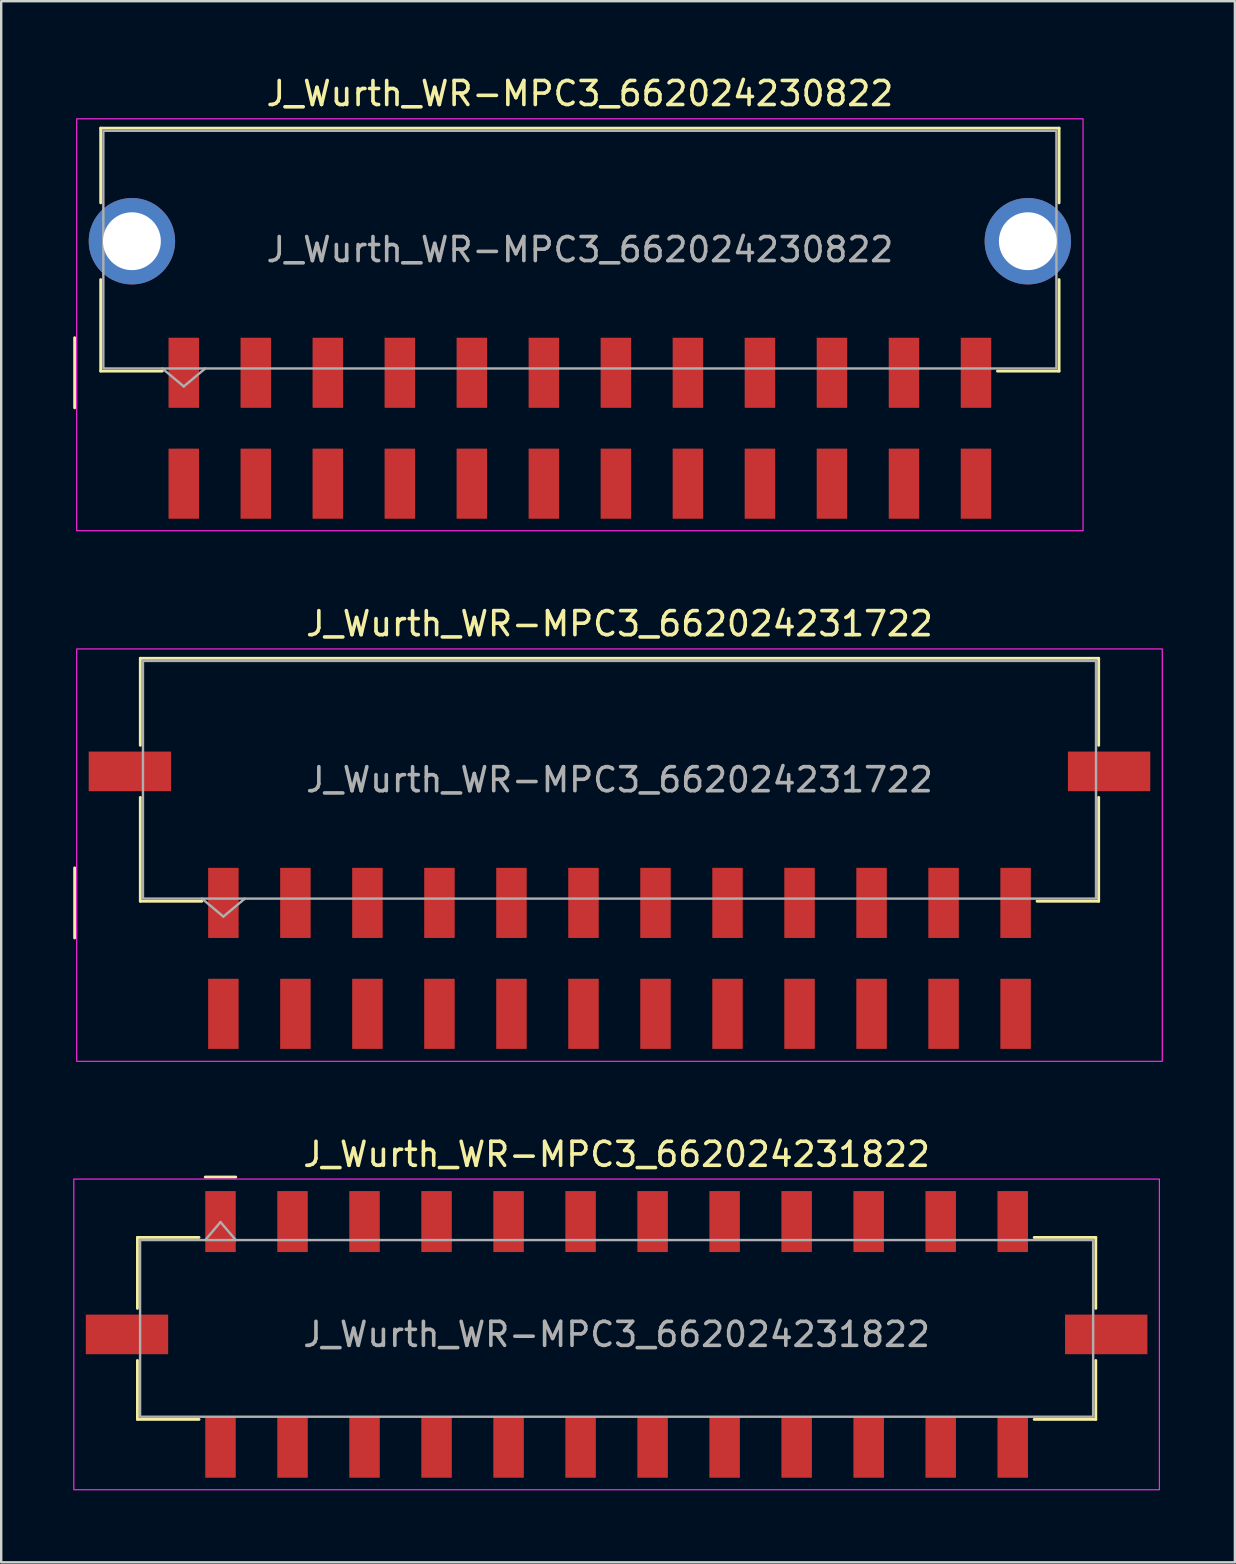
<source format=kicad_pcb>
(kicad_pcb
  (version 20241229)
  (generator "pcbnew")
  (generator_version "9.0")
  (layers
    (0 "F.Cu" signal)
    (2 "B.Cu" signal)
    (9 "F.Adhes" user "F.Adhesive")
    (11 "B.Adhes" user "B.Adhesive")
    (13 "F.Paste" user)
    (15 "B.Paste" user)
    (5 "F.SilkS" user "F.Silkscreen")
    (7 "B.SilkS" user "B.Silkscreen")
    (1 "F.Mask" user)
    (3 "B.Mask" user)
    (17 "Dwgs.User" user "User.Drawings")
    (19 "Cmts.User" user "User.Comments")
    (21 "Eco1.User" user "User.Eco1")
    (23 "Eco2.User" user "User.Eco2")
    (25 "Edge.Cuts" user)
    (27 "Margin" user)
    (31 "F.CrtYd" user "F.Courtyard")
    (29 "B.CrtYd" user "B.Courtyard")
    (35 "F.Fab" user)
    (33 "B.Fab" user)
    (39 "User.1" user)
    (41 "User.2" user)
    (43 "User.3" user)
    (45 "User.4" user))
  (footprint "J_Wurth_WR-MPC3_662024231722"
    (layer "F.Cu")
    (at 22.755 29.431)
    (property "Reference" "J_Wurth_WR-MPC3_662024231722" (at 0 -6.5 0) (unlocked yes) (layer "F.SilkS") (effects (font (size 1 1) (thickness 0.15))))
    (attr smd)
    (fp_line (start -22.695 6.59) (end -22.695 3.67) (stroke (width 0.12) (type solid)) (layer "F.SilkS"))
    (fp_line (start -19.96 -5.06) (end -19.96 -1.435) (stroke (width 0.12) (type solid)) (layer "F.SilkS"))
    (fp_line (start -19.96 -5.06) (end 19.96 -5.06) (stroke (width 0.12) (type default)) (layer "F.SilkS"))
    (fp_line (start -19.96 0.735) (end -19.96 5.06) (stroke (width 0.12) (type solid)) (layer "F.SilkS"))
    (fp_line (start -17.395 5.06) (end -19.96 5.06) (stroke (width 0.12) (type solid)) (layer "F.SilkS"))
    (fp_line (start 19.96 -5.06) (end 19.96 -1.435) (stroke (width 0.12) (type solid)) (layer "F.SilkS"))
    (fp_line (start 19.96 0.735) (end 19.96 5.06) (stroke (width 0.12) (type solid)) (layer "F.SilkS"))
    (fp_line (start 19.96 5.06) (end 17.395 5.06) (stroke (width 0.12) (type solid)) (layer "F.SilkS"))
    (fp_rect (start -22.61 -5.45) (end 22.61 11.73) (stroke (width 0.05) (type solid)) (fill no) (layer "F.CrtYd"))
    (fp_line (start -16.5 5.7) (end -17.395 4.95) (stroke (width 0.1) (type solid)) (layer "F.Fab"))
    (fp_line (start -16.5 5.7) (end -15.605 4.95) (stroke (width 0.1) (type solid)) (layer "F.Fab"))
    (fp_rect (start -19.85 -4.95) (end 19.85 4.95) (stroke (width 0.1) (type solid)) (fill no) (layer "F.Fab"))
    (fp_text user "${REFERENCE}" (at 0 0 0) (unlocked yes) (layer "F.Fab") (effects (font (size 1 1) (thickness 0.15))))
    (pad "1" smd rect (at -16.5 5.13 180) (size 1.27 2.92) (layers "F.Cu" "F.Mask" "F.Paste"))
    (pad "2" smd rect (at -13.5 5.13 180) (size 1.27 2.92) (layers "F.Cu" "F.Mask" "F.Paste"))
    (pad "3" smd rect (at -10.5 5.13 180) (size 1.27 2.92) (layers "F.Cu" "F.Mask" "F.Paste"))
    (pad "4" smd rect (at -7.5 5.13 180) (size 1.27 2.92) (layers "F.Cu" "F.Mask" "F.Paste"))
    (pad "5" smd rect (at -4.5 5.13 180) (size 1.27 2.92) (layers "F.Cu" "F.Mask" "F.Paste"))
    (pad "6" smd rect (at -1.5 5.13 180) (size 1.27 2.92) (layers "F.Cu" "F.Mask" "F.Paste"))
    (pad "7" smd rect (at 1.5 5.13 180) (size 1.27 2.92) (layers "F.Cu" "F.Mask" "F.Paste"))
    (pad "8" smd rect (at 4.5 5.13 180) (size 1.27 2.92) (layers "F.Cu" "F.Mask" "F.Paste"))
    (pad "9" smd rect (at 7.5 5.13 180) (size 1.27 2.92) (layers "F.Cu" "F.Mask" "F.Paste"))
    (pad "10" smd rect (at 10.5 5.13 180) (size 1.27 2.92) (layers "F.Cu" "F.Mask" "F.Paste"))
    (pad "11" smd rect (at 13.5 5.13 180) (size 1.27 2.92) (layers "F.Cu" "F.Mask" "F.Paste"))
    (pad "12" smd rect (at 16.5 5.13 180) (size 1.27 2.92) (layers "F.Cu" "F.Mask" "F.Paste"))
    (pad "13" smd rect (at -16.5 9.75 180) (size 1.27 2.92) (layers "F.Cu" "F.Mask" "F.Paste"))
    (pad "14" smd rect (at -13.5 9.75 180) (size 1.27 2.92) (layers "F.Cu" "F.Mask" "F.Paste"))
    (pad "15" smd rect (at -10.5 9.75 180) (size 1.27 2.92) (layers "F.Cu" "F.Mask" "F.Paste"))
    (pad "16" smd rect (at -7.5 9.75 180) (size 1.27 2.92) (layers "F.Cu" "F.Mask" "F.Paste"))
    (pad "17" smd rect (at -4.5 9.75 180) (size 1.27 2.92) (layers "F.Cu" "F.Mask" "F.Paste"))
    (pad "18" smd rect (at -1.5 9.75 180) (size 1.27 2.92) (layers "F.Cu" "F.Mask" "F.Paste"))
    (pad "19" smd rect (at 1.5 9.75 180) (size 1.27 2.92) (layers "F.Cu" "F.Mask" "F.Paste"))
    (pad "20" smd rect (at 4.5 9.75 180) (size 1.27 2.92) (layers "F.Cu" "F.Mask" "F.Paste"))
    (pad "21" smd rect (at 7.5 9.75 180) (size 1.27 2.92) (layers "F.Cu" "F.Mask" "F.Paste"))
    (pad "22" smd rect (at 10.5 9.75 180) (size 1.27 2.92) (layers "F.Cu" "F.Mask" "F.Paste"))
    (pad "23" smd rect (at 13.5 9.75 180) (size 1.27 2.92) (layers "F.Cu" "F.Mask" "F.Paste"))
    (pad "24" smd rect (at 16.5 9.75 180) (size 1.27 2.92) (layers "F.Cu" "F.Mask" "F.Paste"))
    (pad "MP1" smd rect (at 20.395 -0.35 180) (size 3.43 1.65) (layers "F.Cu" "F.Mask" "F.Paste"))
    (pad "MP2" smd rect (at -20.395 -0.35 180) (size 3.43 1.65) (layers "F.Cu" "F.Mask" "F.Paste")))
  (footprint "J_Wurth_WR-MPC3_662024230822"
    (layer "F.Cu")
    (at 21.105 7.348)
    (property "Reference" "J_Wurth_WR-MPC3_662024230822" (at 0 -6.5 0) (unlocked yes) (layer "F.SilkS") (effects (font (size 1 1) (thickness 0.15))))
    (attr smd)
    (fp_line (start -21.045 6.59) (end -21.045 3.67) (stroke (width 0.12) (type solid)) (layer "F.SilkS"))
    (fp_line (start -19.96 -5.06) (end 19.96 -5.06) (stroke (width 0.12) (type solid)) (layer "F.SilkS"))
    (fp_line (start -19.96 -1.948) (end -19.96 -5.06) (stroke (width 0.12) (type solid)) (layer "F.SilkS"))
    (fp_line (start -19.96 1.248) (end -19.96 5.06) (stroke (width 0.12) (type solid)) (layer "F.SilkS"))
    (fp_line (start -17.395 5.06) (end -19.96 5.06) (stroke (width 0.12) (type solid)) (layer "F.SilkS"))
    (fp_line (start 17.395 5.06) (end 19.96 5.06) (stroke (width 0.12) (type solid)) (layer "F.SilkS"))
    (fp_line (start 19.96 -1.948) (end 19.96 -5.06) (stroke (width 0.12) (type solid)) (layer "F.SilkS"))
    (fp_line (start 19.96 1.248) (end 19.96 5.06) (stroke (width 0.12) (type solid)) (layer "F.SilkS"))
    (fp_rect (start -20.96 -5.45) (end 20.96 11.71) (stroke (width 0.05) (type solid)) (fill no) (layer "F.CrtYd"))
    (fp_line (start -16.5 5.7) (end -17.395 4.95) (stroke (width 0.1) (type solid)) (layer "F.Fab"))
    (fp_line (start -16.5 5.7) (end -15.605 4.95) (stroke (width 0.1) (type solid)) (layer "F.Fab"))
    (fp_rect (start -19.85 -4.95) (end 19.85 4.95) (stroke (width 0.1) (type solid)) (fill no) (layer "F.Fab"))
    (fp_text user "${REFERENCE}" (at 0 0 0) (unlocked yes) (layer "F.Fab") (effects (font (size 1 1) (thickness 0.15))))
    (pad "1" smd rect (at -16.5 5.13 270) (size 2.92 1.27) (layers "F.Cu" "F.Mask" "F.Paste"))
    (pad "2" smd rect (at -13.5 5.13 270) (size 2.92 1.27) (layers "F.Cu" "F.Mask" "F.Paste"))
    (pad "3" smd rect (at -10.5 5.13 270) (size 2.92 1.27) (layers "F.Cu" "F.Mask" "F.Paste"))
    (pad "4" smd rect (at -7.5 5.13 270) (size 2.92 1.27) (layers "F.Cu" "F.Mask" "F.Paste"))
    (pad "5" smd rect (at -4.5 5.13 270) (size 2.92 1.27) (layers "F.Cu" "F.Mask" "F.Paste"))
    (pad "6" smd rect (at -1.5 5.13 270) (size 2.92 1.27) (layers "F.Cu" "F.Mask" "F.Paste"))
    (pad "7" smd rect (at 1.5 5.13 270) (size 2.92 1.27) (layers "F.Cu" "F.Mask" "F.Paste"))
    (pad "8" smd rect (at 4.5 5.13 270) (size 2.92 1.27) (layers "F.Cu" "F.Mask" "F.Paste"))
    (pad "9" smd rect (at 7.5 5.13 270) (size 2.92 1.27) (layers "F.Cu" "F.Mask" "F.Paste"))
    (pad "10" smd rect (at 10.5 5.13 270) (size 2.92 1.27) (layers "F.Cu" "F.Mask" "F.Paste"))
    (pad "11" smd rect (at 13.5 5.13 270) (size 2.92 1.27) (layers "F.Cu" "F.Mask" "F.Paste"))
    (pad "12" smd rect (at 16.5 5.13 270) (size 2.92 1.27) (layers "F.Cu" "F.Mask" "F.Paste"))
    (pad "13" smd rect (at -16.5 9.75 270) (size 2.92 1.27) (layers "F.Cu" "F.Mask" "F.Paste"))
    (pad "14" smd rect (at -13.5 9.75 270) (size 2.92 1.27) (layers "F.Cu" "F.Mask" "F.Paste"))
    (pad "15" smd rect (at -10.5 9.75 270) (size 2.92 1.27) (layers "F.Cu" "F.Mask" "F.Paste"))
    (pad "16" smd rect (at -7.5 9.75 270) (size 2.92 1.27) (layers "F.Cu" "F.Mask" "F.Paste"))
    (pad "17" smd rect (at -4.5 9.75 270) (size 2.92 1.27) (layers "F.Cu" "F.Mask" "F.Paste"))
    (pad "18" smd rect (at -1.5 9.75 270) (size 2.92 1.27) (layers "F.Cu" "F.Mask" "F.Paste"))
    (pad "19" smd rect (at 1.5 9.75 270) (size 2.92 1.27) (layers "F.Cu" "F.Mask" "F.Paste"))
    (pad "20" smd rect (at 4.5 9.75 270) (size 2.92 1.27) (layers "F.Cu" "F.Mask" "F.Paste"))
    (pad "21" smd rect (at 7.5 9.75 270) (size 2.92 1.27) (layers "F.Cu" "F.Mask" "F.Paste"))
    (pad "22" smd rect (at 10.5 9.75 270) (size 2.92 1.27) (layers "F.Cu" "F.Mask" "F.Paste"))
    (pad "23" smd rect (at 13.5 9.75 270) (size 2.92 1.27) (layers "F.Cu" "F.Mask" "F.Paste"))
    (pad "24" smd rect (at 16.5 9.75 270) (size 2.92 1.27) (layers "F.Cu" "F.Mask" "F.Paste"))
    (pad "Z1" thru_hole circle (at 18.66 -0.35 180) (size 3.6 3.6) (drill 2.41) (layers "*.Cu" "*.Mask"))
    (pad "Z2" thru_hole circle (at -18.66 -0.35 180) (size 3.6 3.6) (drill 2.41) (layers "*.Cu" "*.Mask")))
  (footprint "J_Wurth_WR-MPC3_662024231822"
    (layer "F.Cu")
    (at 22.635 52.535)
    (property "Reference" "J_Wurth_WR-MPC3_662024231822" (at 0 -7.5 0) (unlocked yes) (layer "F.SilkS") (effects (font (size 1 1) (thickness 0.15))))
    (attr smd)
    (fp_line (start -19.96 -4.04) (end -17.395 -4.04) (stroke (width 0.12) (type solid)) (layer "F.SilkS"))
    (fp_line (start -19.96 -1.085) (end -19.96 -4.04) (stroke (width 0.12) (type solid)) (layer "F.SilkS"))
    (fp_line (start -19.96 3.54) (end -19.96 1.085) (stroke (width 0.12) (type solid)) (layer "F.SilkS"))
    (fp_line (start -19.96 3.54) (end -17.395 3.54) (stroke (width 0.12) (type solid)) (layer "F.SilkS"))
    (fp_line (start -17.135 -6.555) (end -15.865 -6.555) (stroke (width 0.12) (type solid)) (layer "F.SilkS"))
    (fp_line (start 17.395 -4.04) (end 19.96 -4.04) (stroke (width 0.12) (type solid)) (layer "F.SilkS"))
    (fp_line (start 17.395 3.54) (end 19.96 3.54) (stroke (width 0.12) (type solid)) (layer "F.SilkS"))
    (fp_line (start 19.96 -1.085) (end 19.96 -4.04) (stroke (width 0.12) (type solid)) (layer "F.SilkS"))
    (fp_line (start 19.96 3.54) (end 19.96 1.085) (stroke (width 0.12) (type solid)) (layer "F.SilkS"))
    (fp_rect (start -22.61 -6.47) (end 22.61 6.47) (stroke (width 0.05) (type solid)) (fill no) (layer "F.CrtYd"))
    (fp_line (start -16.5 -4.68) (end -17.135 -3.93) (stroke (width 0.1) (type solid)) (layer "F.Fab"))
    (fp_line (start -16.5 -4.68) (end -15.865 -3.93) (stroke (width 0.1) (type solid)) (layer "F.Fab"))
    (fp_rect (start -19.85 -3.93) (end 19.85 3.43) (stroke (width 0.1) (type solid)) (fill no) (layer "F.Fab"))
    (fp_text user "${REFERENCE}" (at 0 0 0) (unlocked yes) (layer "F.Fab") (effects (font (size 1 1) (thickness 0.15))))
    (pad "1" smd rect (at -16.5 -4.7 180) (size 1.27 2.54) (layers "F.Cu" "F.Mask" "F.Paste"))
    (pad "2" smd rect (at -13.5 -4.7 180) (size 1.27 2.54) (layers "F.Cu" "F.Mask" "F.Paste"))
    (pad "3" smd rect (at -10.5 -4.7 180) (size 1.27 2.54) (layers "F.Cu" "F.Mask" "F.Paste"))
    (pad "4" smd rect (at -7.5 -4.7 180) (size 1.27 2.54) (layers "F.Cu" "F.Mask" "F.Paste"))
    (pad "5" smd rect (at -4.5 -4.7 180) (size 1.27 2.54) (layers "F.Cu" "F.Mask" "F.Paste"))
    (pad "6" smd rect (at -1.5 -4.7 180) (size 1.27 2.54) (layers "F.Cu" "F.Mask" "F.Paste"))
    (pad "7" smd rect (at 1.5 -4.7 180) (size 1.27 2.54) (layers "F.Cu" "F.Mask" "F.Paste"))
    (pad "8" smd rect (at 4.5 -4.7 180) (size 1.27 2.54) (layers "F.Cu" "F.Mask" "F.Paste"))
    (pad "9" smd rect (at 7.5 -4.7 180) (size 1.27 2.54) (layers "F.Cu" "F.Mask" "F.Paste"))
    (pad "10" smd rect (at 10.5 -4.7 180) (size 1.27 2.54) (layers "F.Cu" "F.Mask" "F.Paste"))
    (pad "11" smd rect (at 13.5 -4.7 180) (size 1.27 2.54) (layers "F.Cu" "F.Mask" "F.Paste"))
    (pad "12" smd rect (at 16.5 -4.7 180) (size 1.27 2.54) (layers "F.Cu" "F.Mask" "F.Paste"))
    (pad "13" smd rect (at -16.5 4.7 180) (size 1.27 2.54) (layers "F.Cu" "F.Mask" "F.Paste"))
    (pad "14" smd rect (at -13.5 4.7 180) (size 1.27 2.54) (layers "F.Cu" "F.Mask" "F.Paste"))
    (pad "15" smd rect (at -10.5 4.7 180) (size 1.27 2.54) (layers "F.Cu" "F.Mask" "F.Paste"))
    (pad "16" smd rect (at -7.5 4.7 180) (size 1.27 2.54) (layers "F.Cu" "F.Mask" "F.Paste"))
    (pad "17" smd rect (at -4.5 4.7 180) (size 1.27 2.54) (layers "F.Cu" "F.Mask" "F.Paste"))
    (pad "18" smd rect (at -1.5 4.7 180) (size 1.27 2.54) (layers "F.Cu" "F.Mask" "F.Paste"))
    (pad "19" smd rect (at 1.5 4.7 180) (size 1.27 2.54) (layers "F.Cu" "F.Mask" "F.Paste"))
    (pad "20" smd rect (at 4.5 4.7 180) (size 1.27 2.54) (layers "F.Cu" "F.Mask" "F.Paste"))
    (pad "21" smd rect (at 7.5 4.7 180) (size 1.27 2.54) (layers "F.Cu" "F.Mask" "F.Paste"))
    (pad "22" smd rect (at 10.5 4.7 180) (size 1.27 2.54) (layers "F.Cu" "F.Mask" "F.Paste"))
    (pad "23" smd rect (at 13.5 4.7 180) (size 1.27 2.54) (layers "F.Cu" "F.Mask" "F.Paste"))
    (pad "24" smd rect (at 16.5 4.7 180) (size 1.27 2.54) (layers "F.Cu" "F.Mask" "F.Paste"))
    (pad "MP1" smd rect (at 20.395 0 180) (size 3.43 1.65) (layers "F.Cu" "F.Mask" "F.Paste"))
    (pad "MP2" smd rect (at -20.395 0 180) (size 3.43 1.65) (layers "F.Cu" "F.Mask" "F.Paste")))
  (gr_rect
    (start -3 -3)
    (end 48.39 62.03)
    (stroke (width 0.1) (type default))
    (fill no)
    (layer "Edge.Cuts")))
</source>
